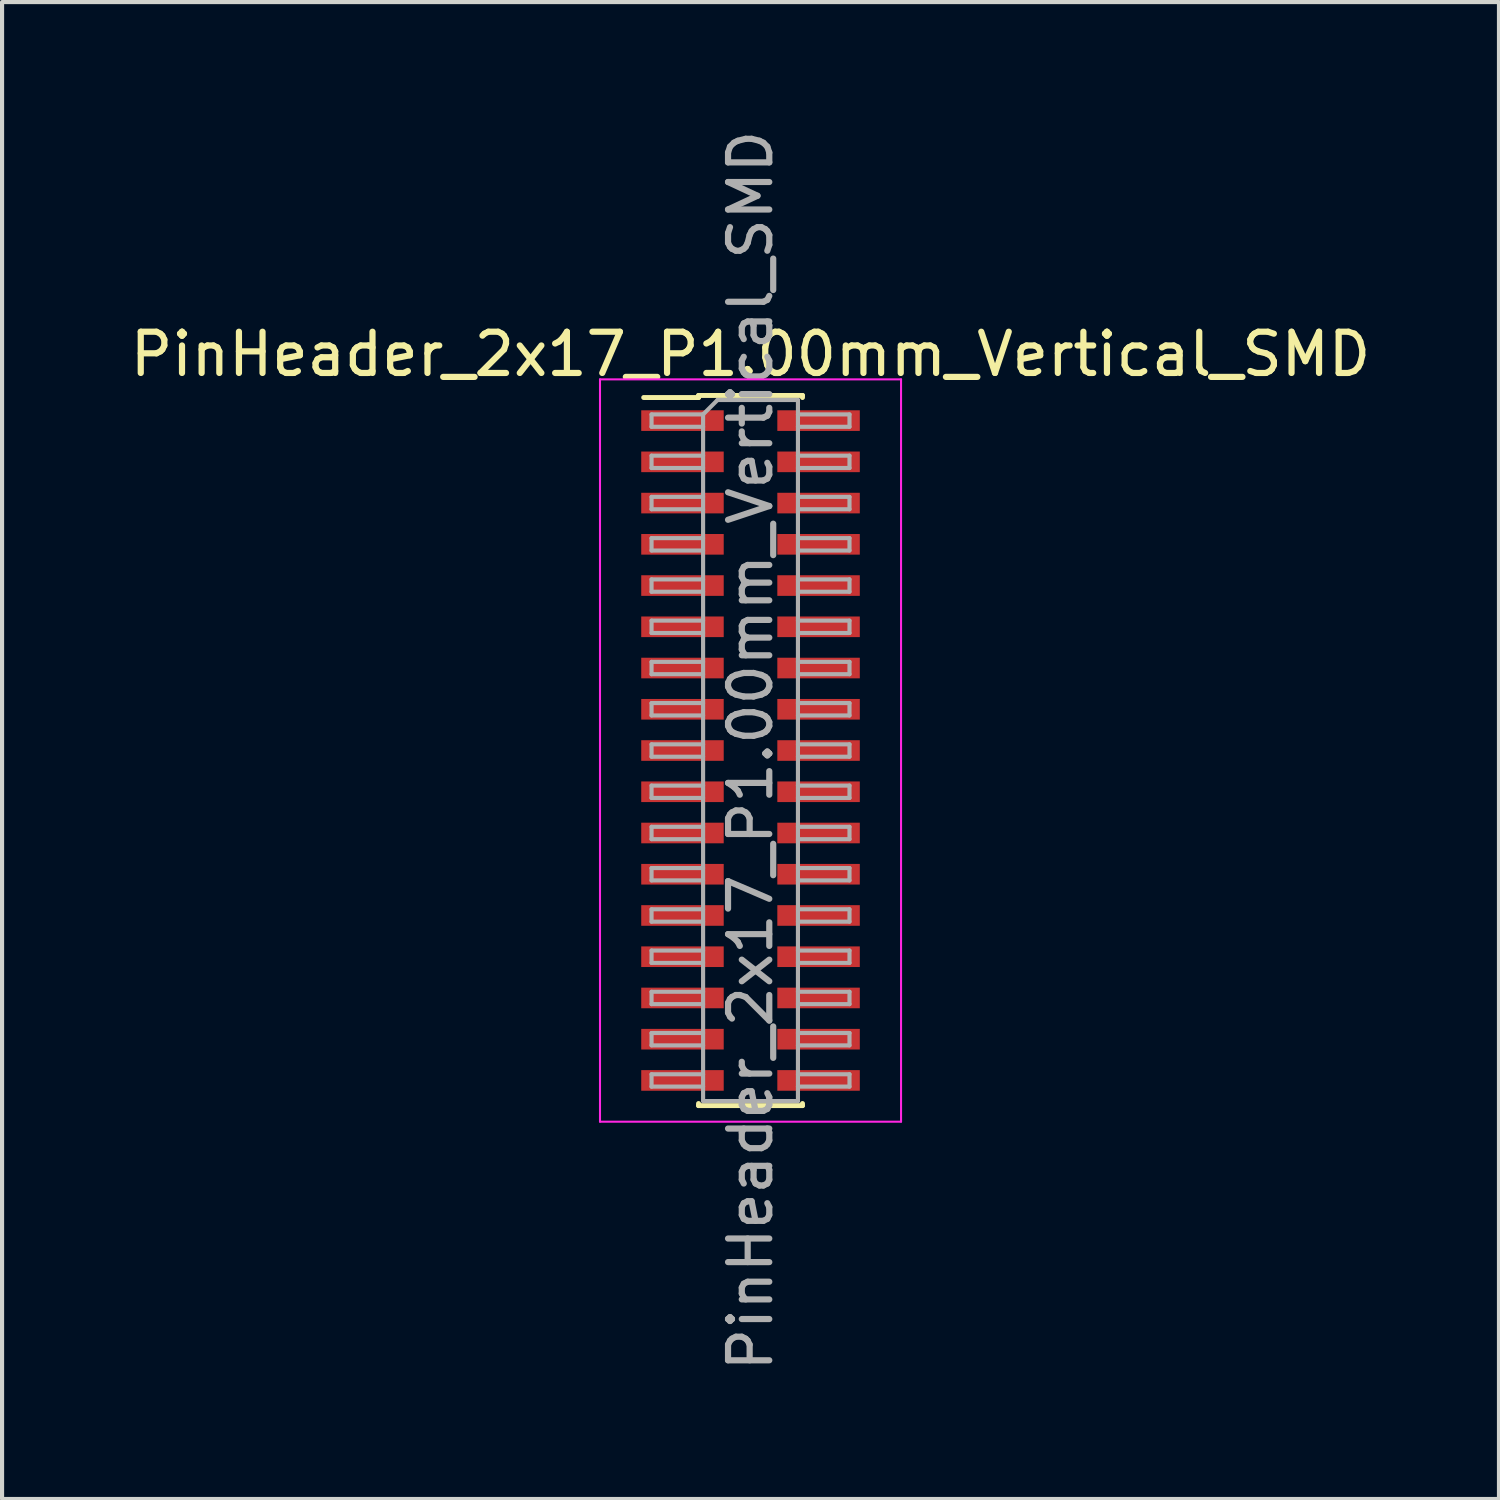
<source format=kicad_pcb>
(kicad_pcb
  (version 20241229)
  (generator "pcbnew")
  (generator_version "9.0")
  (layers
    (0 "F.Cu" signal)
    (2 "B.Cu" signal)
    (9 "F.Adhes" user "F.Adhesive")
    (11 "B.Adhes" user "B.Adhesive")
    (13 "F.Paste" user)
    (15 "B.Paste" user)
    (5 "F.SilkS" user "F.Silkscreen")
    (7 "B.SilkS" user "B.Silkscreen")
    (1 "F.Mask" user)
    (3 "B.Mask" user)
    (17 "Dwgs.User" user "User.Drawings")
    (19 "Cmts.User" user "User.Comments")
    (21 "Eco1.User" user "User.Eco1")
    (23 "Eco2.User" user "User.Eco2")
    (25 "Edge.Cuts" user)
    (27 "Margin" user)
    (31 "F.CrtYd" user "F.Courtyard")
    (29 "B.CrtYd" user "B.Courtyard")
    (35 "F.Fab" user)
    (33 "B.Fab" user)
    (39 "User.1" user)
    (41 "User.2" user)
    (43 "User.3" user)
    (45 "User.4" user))
  (footprint "PinHeader_2x17_P1.00mm_Vertical_SMD"
    (layer "F.Cu")
    (at 15.149 15.149)
    (property "Reference" "PinHeader_2x17_P1.00mm_Vertical_SMD" (at 0 -9.61 0) (layer "F.SilkS") (effects (font (size 1 1) (thickness 0.15))))
    (attr smd)
    (fp_line (start -2.59 -8.56) (end -1.26 -8.56) (stroke (width 0.12) (type solid)) (layer "F.SilkS"))
    (fp_line (start -1.26 -8.61) (end -1.26 -8.56) (stroke (width 0.12) (type solid)) (layer "F.SilkS"))
    (fp_line (start -1.26 -8.61) (end 1.26 -8.61) (stroke (width 0.12) (type solid)) (layer "F.SilkS"))
    (fp_line (start -1.26 8.56) (end -1.26 8.61) (stroke (width 0.12) (type solid)) (layer "F.SilkS"))
    (fp_line (start -1.26 8.61) (end 1.26 8.61) (stroke (width 0.12) (type solid)) (layer "F.SilkS"))
    (fp_line (start 1.26 -8.61) (end 1.26 -8.56) (stroke (width 0.12) (type solid)) (layer "F.SilkS"))
    (fp_line (start 1.26 8.56) (end 1.26 8.61) (stroke (width 0.12) (type solid)) (layer "F.SilkS"))
    (fp_line (start -3.65 -9) (end -3.65 9) (stroke (width 0.05) (type solid)) (layer "F.CrtYd"))
    (fp_line (start -3.65 9) (end 3.65 9) (stroke (width 0.05) (type solid)) (layer "F.CrtYd"))
    (fp_line (start 3.65 -9) (end -3.65 -9) (stroke (width 0.05) (type solid)) (layer "F.CrtYd"))
    (fp_line (start 3.65 9) (end 3.65 -9) (stroke (width 0.05) (type solid)) (layer "F.CrtYd"))
    (fp_line (start -2.4 -8.15) (end -2.4 -7.85) (stroke (width 0.1) (type solid)) (layer "F.Fab"))
    (fp_line (start -2.4 -7.85) (end -1.15 -7.85) (stroke (width 0.1) (type solid)) (layer "F.Fab"))
    (fp_line (start -2.4 -7.15) (end -2.4 -6.85) (stroke (width 0.1) (type solid)) (layer "F.Fab"))
    (fp_line (start -2.4 -6.85) (end -1.15 -6.85) (stroke (width 0.1) (type solid)) (layer "F.Fab"))
    (fp_line (start -2.4 -6.15) (end -2.4 -5.85) (stroke (width 0.1) (type solid)) (layer "F.Fab"))
    (fp_line (start -2.4 -5.85) (end -1.15 -5.85) (stroke (width 0.1) (type solid)) (layer "F.Fab"))
    (fp_line (start -2.4 -5.15) (end -2.4 -4.85) (stroke (width 0.1) (type solid)) (layer "F.Fab"))
    (fp_line (start -2.4 -4.85) (end -1.15 -4.85) (stroke (width 0.1) (type solid)) (layer "F.Fab"))
    (fp_line (start -2.4 -4.15) (end -2.4 -3.85) (stroke (width 0.1) (type solid)) (layer "F.Fab"))
    (fp_line (start -2.4 -3.85) (end -1.15 -3.85) (stroke (width 0.1) (type solid)) (layer "F.Fab"))
    (fp_line (start -2.4 -3.15) (end -2.4 -2.85) (stroke (width 0.1) (type solid)) (layer "F.Fab"))
    (fp_line (start -2.4 -2.85) (end -1.15 -2.85) (stroke (width 0.1) (type solid)) (layer "F.Fab"))
    (fp_line (start -2.4 -2.15) (end -2.4 -1.85) (stroke (width 0.1) (type solid)) (layer "F.Fab"))
    (fp_line (start -2.4 -1.85) (end -1.15 -1.85) (stroke (width 0.1) (type solid)) (layer "F.Fab"))
    (fp_line (start -2.4 -1.15) (end -2.4 -0.85) (stroke (width 0.1) (type solid)) (layer "F.Fab"))
    (fp_line (start -2.4 -0.85) (end -1.15 -0.85) (stroke (width 0.1) (type solid)) (layer "F.Fab"))
    (fp_line (start -2.4 -0.15) (end -2.4 0.15) (stroke (width 0.1) (type solid)) (layer "F.Fab"))
    (fp_line (start -2.4 0.15) (end -1.15 0.15) (stroke (width 0.1) (type solid)) (layer "F.Fab"))
    (fp_line (start -2.4 0.85) (end -2.4 1.15) (stroke (width 0.1) (type solid)) (layer "F.Fab"))
    (fp_line (start -2.4 1.15) (end -1.15 1.15) (stroke (width 0.1) (type solid)) (layer "F.Fab"))
    (fp_line (start -2.4 1.85) (end -2.4 2.15) (stroke (width 0.1) (type solid)) (layer "F.Fab"))
    (fp_line (start -2.4 2.15) (end -1.15 2.15) (stroke (width 0.1) (type solid)) (layer "F.Fab"))
    (fp_line (start -2.4 2.85) (end -2.4 3.15) (stroke (width 0.1) (type solid)) (layer "F.Fab"))
    (fp_line (start -2.4 3.15) (end -1.15 3.15) (stroke (width 0.1) (type solid)) (layer "F.Fab"))
    (fp_line (start -2.4 3.85) (end -2.4 4.15) (stroke (width 0.1) (type solid)) (layer "F.Fab"))
    (fp_line (start -2.4 4.15) (end -1.15 4.15) (stroke (width 0.1) (type solid)) (layer "F.Fab"))
    (fp_line (start -2.4 4.85) (end -2.4 5.15) (stroke (width 0.1) (type solid)) (layer "F.Fab"))
    (fp_line (start -2.4 5.15) (end -1.15 5.15) (stroke (width 0.1) (type solid)) (layer "F.Fab"))
    (fp_line (start -2.4 5.85) (end -2.4 6.15) (stroke (width 0.1) (type solid)) (layer "F.Fab"))
    (fp_line (start -2.4 6.15) (end -1.15 6.15) (stroke (width 0.1) (type solid)) (layer "F.Fab"))
    (fp_line (start -2.4 6.85) (end -2.4 7.15) (stroke (width 0.1) (type solid)) (layer "F.Fab"))
    (fp_line (start -2.4 7.15) (end -1.15 7.15) (stroke (width 0.1) (type solid)) (layer "F.Fab"))
    (fp_line (start -2.4 7.85) (end -2.4 8.15) (stroke (width 0.1) (type solid)) (layer "F.Fab"))
    (fp_line (start -2.4 8.15) (end -1.15 8.15) (stroke (width 0.1) (type solid)) (layer "F.Fab"))
    (fp_line (start -1.15 -8.15) (end -2.4 -8.15) (stroke (width 0.1) (type solid)) (layer "F.Fab"))
    (fp_line (start -1.15 -8.15) (end -0.8 -8.5) (stroke (width 0.1) (type solid)) (layer "F.Fab"))
    (fp_line (start -1.15 -7.15) (end -2.4 -7.15) (stroke (width 0.1) (type solid)) (layer "F.Fab"))
    (fp_line (start -1.15 -6.15) (end -2.4 -6.15) (stroke (width 0.1) (type solid)) (layer "F.Fab"))
    (fp_line (start -1.15 -5.15) (end -2.4 -5.15) (stroke (width 0.1) (type solid)) (layer "F.Fab"))
    (fp_line (start -1.15 -4.15) (end -2.4 -4.15) (stroke (width 0.1) (type solid)) (layer "F.Fab"))
    (fp_line (start -1.15 -3.15) (end -2.4 -3.15) (stroke (width 0.1) (type solid)) (layer "F.Fab"))
    (fp_line (start -1.15 -2.15) (end -2.4 -2.15) (stroke (width 0.1) (type solid)) (layer "F.Fab"))
    (fp_line (start -1.15 -1.15) (end -2.4 -1.15) (stroke (width 0.1) (type solid)) (layer "F.Fab"))
    (fp_line (start -1.15 -0.15) (end -2.4 -0.15) (stroke (width 0.1) (type solid)) (layer "F.Fab"))
    (fp_line (start -1.15 0.85) (end -2.4 0.85) (stroke (width 0.1) (type solid)) (layer "F.Fab"))
    (fp_line (start -1.15 1.85) (end -2.4 1.85) (stroke (width 0.1) (type solid)) (layer "F.Fab"))
    (fp_line (start -1.15 2.85) (end -2.4 2.85) (stroke (width 0.1) (type solid)) (layer "F.Fab"))
    (fp_line (start -1.15 3.85) (end -2.4 3.85) (stroke (width 0.1) (type solid)) (layer "F.Fab"))
    (fp_line (start -1.15 4.85) (end -2.4 4.85) (stroke (width 0.1) (type solid)) (layer "F.Fab"))
    (fp_line (start -1.15 5.85) (end -2.4 5.85) (stroke (width 0.1) (type solid)) (layer "F.Fab"))
    (fp_line (start -1.15 6.85) (end -2.4 6.85) (stroke (width 0.1) (type solid)) (layer "F.Fab"))
    (fp_line (start -1.15 7.85) (end -2.4 7.85) (stroke (width 0.1) (type solid)) (layer "F.Fab"))
    (fp_line (start -1.15 8.5) (end -1.15 -8.15) (stroke (width 0.1) (type solid)) (layer "F.Fab"))
    (fp_line (start -0.8 -8.5) (end 1.15 -8.5) (stroke (width 0.1) (type solid)) (layer "F.Fab"))
    (fp_line (start 1.15 -8.5) (end 1.15 8.5) (stroke (width 0.1) (type solid)) (layer "F.Fab"))
    (fp_line (start 1.15 -8.15) (end 2.4 -8.15) (stroke (width 0.1) (type solid)) (layer "F.Fab"))
    (fp_line (start 1.15 -7.15) (end 2.4 -7.15) (stroke (width 0.1) (type solid)) (layer "F.Fab"))
    (fp_line (start 1.15 -6.15) (end 2.4 -6.15) (stroke (width 0.1) (type solid)) (layer "F.Fab"))
    (fp_line (start 1.15 -5.15) (end 2.4 -5.15) (stroke (width 0.1) (type solid)) (layer "F.Fab"))
    (fp_line (start 1.15 -4.15) (end 2.4 -4.15) (stroke (width 0.1) (type solid)) (layer "F.Fab"))
    (fp_line (start 1.15 -3.15) (end 2.4 -3.15) (stroke (width 0.1) (type solid)) (layer "F.Fab"))
    (fp_line (start 1.15 -2.15) (end 2.4 -2.15) (stroke (width 0.1) (type solid)) (layer "F.Fab"))
    (fp_line (start 1.15 -1.15) (end 2.4 -1.15) (stroke (width 0.1) (type solid)) (layer "F.Fab"))
    (fp_line (start 1.15 -0.15) (end 2.4 -0.15) (stroke (width 0.1) (type solid)) (layer "F.Fab"))
    (fp_line (start 1.15 0.85) (end 2.4 0.85) (stroke (width 0.1) (type solid)) (layer "F.Fab"))
    (fp_line (start 1.15 1.85) (end 2.4 1.85) (stroke (width 0.1) (type solid)) (layer "F.Fab"))
    (fp_line (start 1.15 2.85) (end 2.4 2.85) (stroke (width 0.1) (type solid)) (layer "F.Fab"))
    (fp_line (start 1.15 3.85) (end 2.4 3.85) (stroke (width 0.1) (type solid)) (layer "F.Fab"))
    (fp_line (start 1.15 4.85) (end 2.4 4.85) (stroke (width 0.1) (type solid)) (layer "F.Fab"))
    (fp_line (start 1.15 5.85) (end 2.4 5.85) (stroke (width 0.1) (type solid)) (layer "F.Fab"))
    (fp_line (start 1.15 6.85) (end 2.4 6.85) (stroke (width 0.1) (type solid)) (layer "F.Fab"))
    (fp_line (start 1.15 7.85) (end 2.4 7.85) (stroke (width 0.1) (type solid)) (layer "F.Fab"))
    (fp_line (start 1.15 8.5) (end -1.15 8.5) (stroke (width 0.1) (type solid)) (layer "F.Fab"))
    (fp_line (start 2.4 -8.15) (end 2.4 -7.85) (stroke (width 0.1) (type solid)) (layer "F.Fab"))
    (fp_line (start 2.4 -7.85) (end 1.15 -7.85) (stroke (width 0.1) (type solid)) (layer "F.Fab"))
    (fp_line (start 2.4 -7.15) (end 2.4 -6.85) (stroke (width 0.1) (type solid)) (layer "F.Fab"))
    (fp_line (start 2.4 -6.85) (end 1.15 -6.85) (stroke (width 0.1) (type solid)) (layer "F.Fab"))
    (fp_line (start 2.4 -6.15) (end 2.4 -5.85) (stroke (width 0.1) (type solid)) (layer "F.Fab"))
    (fp_line (start 2.4 -5.85) (end 1.15 -5.85) (stroke (width 0.1) (type solid)) (layer "F.Fab"))
    (fp_line (start 2.4 -5.15) (end 2.4 -4.85) (stroke (width 0.1) (type solid)) (layer "F.Fab"))
    (fp_line (start 2.4 -4.85) (end 1.15 -4.85) (stroke (width 0.1) (type solid)) (layer "F.Fab"))
    (fp_line (start 2.4 -4.15) (end 2.4 -3.85) (stroke (width 0.1) (type solid)) (layer "F.Fab"))
    (fp_line (start 2.4 -3.85) (end 1.15 -3.85) (stroke (width 0.1) (type solid)) (layer "F.Fab"))
    (fp_line (start 2.4 -3.15) (end 2.4 -2.85) (stroke (width 0.1) (type solid)) (layer "F.Fab"))
    (fp_line (start 2.4 -2.85) (end 1.15 -2.85) (stroke (width 0.1) (type solid)) (layer "F.Fab"))
    (fp_line (start 2.4 -2.15) (end 2.4 -1.85) (stroke (width 0.1) (type solid)) (layer "F.Fab"))
    (fp_line (start 2.4 -1.85) (end 1.15 -1.85) (stroke (width 0.1) (type solid)) (layer "F.Fab"))
    (fp_line (start 2.4 -1.15) (end 2.4 -0.85) (stroke (width 0.1) (type solid)) (layer "F.Fab"))
    (fp_line (start 2.4 -0.85) (end 1.15 -0.85) (stroke (width 0.1) (type solid)) (layer "F.Fab"))
    (fp_line (start 2.4 -0.15) (end 2.4 0.15) (stroke (width 0.1) (type solid)) (layer "F.Fab"))
    (fp_line (start 2.4 0.15) (end 1.15 0.15) (stroke (width 0.1) (type solid)) (layer "F.Fab"))
    (fp_line (start 2.4 0.85) (end 2.4 1.15) (stroke (width 0.1) (type solid)) (layer "F.Fab"))
    (fp_line (start 2.4 1.15) (end 1.15 1.15) (stroke (width 0.1) (type solid)) (layer "F.Fab"))
    (fp_line (start 2.4 1.85) (end 2.4 2.15) (stroke (width 0.1) (type solid)) (layer "F.Fab"))
    (fp_line (start 2.4 2.15) (end 1.15 2.15) (stroke (width 0.1) (type solid)) (layer "F.Fab"))
    (fp_line (start 2.4 2.85) (end 2.4 3.15) (stroke (width 0.1) (type solid)) (layer "F.Fab"))
    (fp_line (start 2.4 3.15) (end 1.15 3.15) (stroke (width 0.1) (type solid)) (layer "F.Fab"))
    (fp_line (start 2.4 3.85) (end 2.4 4.15) (stroke (width 0.1) (type solid)) (layer "F.Fab"))
    (fp_line (start 2.4 4.15) (end 1.15 4.15) (stroke (width 0.1) (type solid)) (layer "F.Fab"))
    (fp_line (start 2.4 4.85) (end 2.4 5.15) (stroke (width 0.1) (type solid)) (layer "F.Fab"))
    (fp_line (start 2.4 5.15) (end 1.15 5.15) (stroke (width 0.1) (type solid)) (layer "F.Fab"))
    (fp_line (start 2.4 5.85) (end 2.4 6.15) (stroke (width 0.1) (type solid)) (layer "F.Fab"))
    (fp_line (start 2.4 6.15) (end 1.15 6.15) (stroke (width 0.1) (type solid)) (layer "F.Fab"))
    (fp_line (start 2.4 6.85) (end 2.4 7.15) (stroke (width 0.1) (type solid)) (layer "F.Fab"))
    (fp_line (start 2.4 7.15) (end 1.15 7.15) (stroke (width 0.1) (type solid)) (layer "F.Fab"))
    (fp_line (start 2.4 7.85) (end 2.4 8.15) (stroke (width 0.1) (type solid)) (layer "F.Fab"))
    (fp_line (start 2.4 8.15) (end 1.15 8.15) (stroke (width 0.1) (type solid)) (layer "F.Fab"))
    (fp_text user "${REFERENCE}" (at 0 0 90) (layer "F.Fab") (effects (font (size 1 1) (thickness 0.15))))
    (pad "1" smd rect (at -1.65 -8) (size 2 0.5) (layers "F.Cu" "F.Mask" "F.Paste"))
    (pad "2" smd rect (at 1.65 -8) (size 2 0.5) (layers "F.Cu" "F.Mask" "F.Paste"))
    (pad "3" smd rect (at -1.65 -7) (size 2 0.5) (layers "F.Cu" "F.Mask" "F.Paste"))
    (pad "4" smd rect (at 1.65 -7) (size 2 0.5) (layers "F.Cu" "F.Mask" "F.Paste"))
    (pad "5" smd rect (at -1.65 -6) (size 2 0.5) (layers "F.Cu" "F.Mask" "F.Paste"))
    (pad "6" smd rect (at 1.65 -6) (size 2 0.5) (layers "F.Cu" "F.Mask" "F.Paste"))
    (pad "7" smd rect (at -1.65 -5) (size 2 0.5) (layers "F.Cu" "F.Mask" "F.Paste"))
    (pad "8" smd rect (at 1.65 -5) (size 2 0.5) (layers "F.Cu" "F.Mask" "F.Paste"))
    (pad "9" smd rect (at -1.65 -4) (size 2 0.5) (layers "F.Cu" "F.Mask" "F.Paste"))
    (pad "10" smd rect (at 1.65 -4) (size 2 0.5) (layers "F.Cu" "F.Mask" "F.Paste"))
    (pad "11" smd rect (at -1.65 -3) (size 2 0.5) (layers "F.Cu" "F.Mask" "F.Paste"))
    (pad "12" smd rect (at 1.65 -3) (size 2 0.5) (layers "F.Cu" "F.Mask" "F.Paste"))
    (pad "13" smd rect (at -1.65 -2) (size 2 0.5) (layers "F.Cu" "F.Mask" "F.Paste"))
    (pad "14" smd rect (at 1.65 -2) (size 2 0.5) (layers "F.Cu" "F.Mask" "F.Paste"))
    (pad "15" smd rect (at -1.65 -1) (size 2 0.5) (layers "F.Cu" "F.Mask" "F.Paste"))
    (pad "16" smd rect (at 1.65 -1) (size 2 0.5) (layers "F.Cu" "F.Mask" "F.Paste"))
    (pad "17" smd rect (at -1.65 0) (size 2 0.5) (layers "F.Cu" "F.Mask" "F.Paste"))
    (pad "18" smd rect (at 1.65 0) (size 2 0.5) (layers "F.Cu" "F.Mask" "F.Paste"))
    (pad "19" smd rect (at -1.65 1) (size 2 0.5) (layers "F.Cu" "F.Mask" "F.Paste"))
    (pad "20" smd rect (at 1.65 1) (size 2 0.5) (layers "F.Cu" "F.Mask" "F.Paste"))
    (pad "21" smd rect (at -1.65 2) (size 2 0.5) (layers "F.Cu" "F.Mask" "F.Paste"))
    (pad "22" smd rect (at 1.65 2) (size 2 0.5) (layers "F.Cu" "F.Mask" "F.Paste"))
    (pad "23" smd rect (at -1.65 3) (size 2 0.5) (layers "F.Cu" "F.Mask" "F.Paste"))
    (pad "24" smd rect (at 1.65 3) (size 2 0.5) (layers "F.Cu" "F.Mask" "F.Paste"))
    (pad "25" smd rect (at -1.65 4) (size 2 0.5) (layers "F.Cu" "F.Mask" "F.Paste"))
    (pad "26" smd rect (at 1.65 4) (size 2 0.5) (layers "F.Cu" "F.Mask" "F.Paste"))
    (pad "27" smd rect (at -1.65 5) (size 2 0.5) (layers "F.Cu" "F.Mask" "F.Paste"))
    (pad "28" smd rect (at 1.65 5) (size 2 0.5) (layers "F.Cu" "F.Mask" "F.Paste"))
    (pad "29" smd rect (at -1.65 6) (size 2 0.5) (layers "F.Cu" "F.Mask" "F.Paste"))
    (pad "30" smd rect (at 1.65 6) (size 2 0.5) (layers "F.Cu" "F.Mask" "F.Paste"))
    (pad "31" smd rect (at -1.65 7) (size 2 0.5) (layers "F.Cu" "F.Mask" "F.Paste"))
    (pad "32" smd rect (at 1.65 7) (size 2 0.5) (layers "F.Cu" "F.Mask" "F.Paste"))
    (pad "33" smd rect (at -1.65 8) (size 2 0.5) (layers "F.Cu" "F.Mask" "F.Paste"))
    (pad "34" smd rect (at 1.65 8) (size 2 0.5) (layers "F.Cu" "F.Mask" "F.Paste")))
  (gr_rect
    (start -3 -3)
    (end 33.298 33.298)
    (stroke (width 0.1) (type default))
    (fill no)
    (layer "Edge.Cuts")))
</source>
